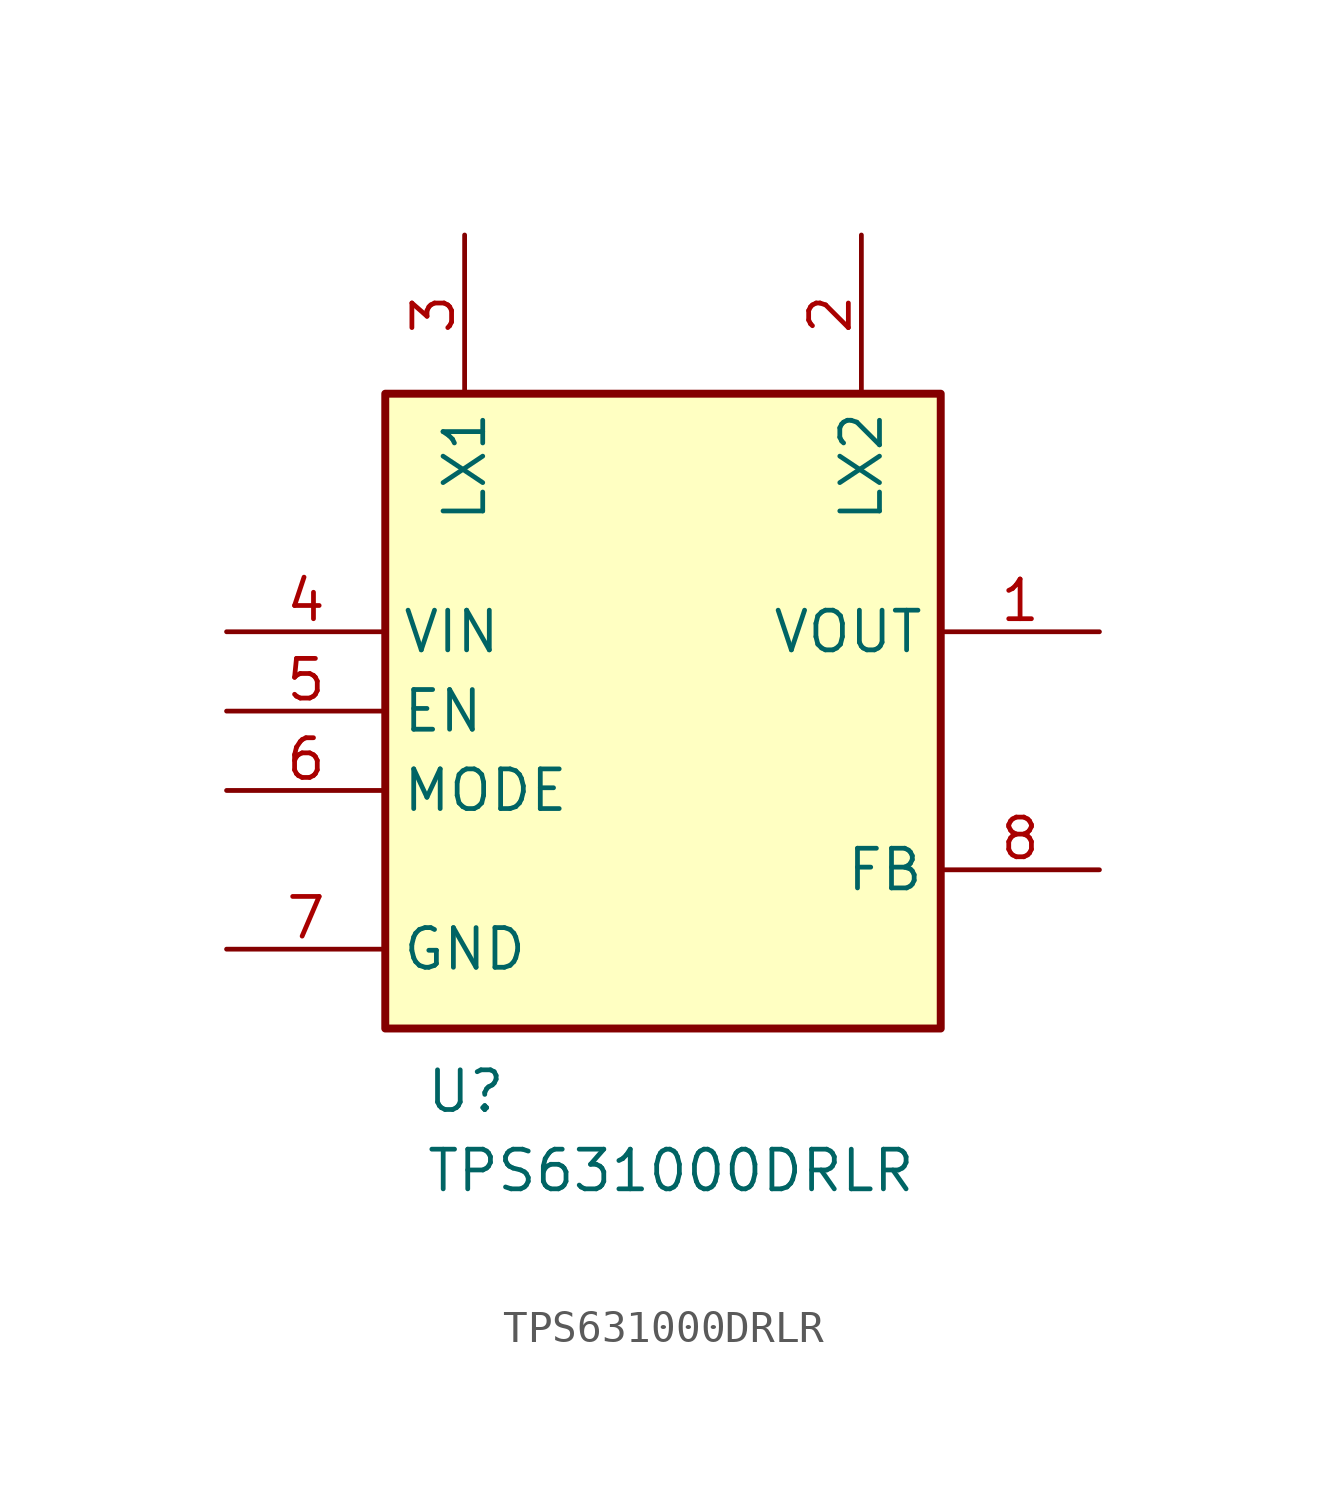
<source format=kicad_sym>
(kicad_symbol_lib
  (version 20220914)
  (generator kicad_symbol_editor)
  (symbol "TPS631000DRLR"
    (property "Reference" "U"
      (at 6.35 7.62 0)
      (effects (font (size 1.27 1.27)) (justify left top)))
    (property "Value" "TPS631000DRLR"
      (at 6.35 5.08 0)
      (effects (font (size 1.27 1.27)) (justify left top)))
    (symbol "TPS631000DRLR_1_1"
      (rectangle (start 5.08 29.21) (end 22.86 8.89) (stroke (width 0.254) (type default)) (fill (type background)))
      (pin passive line (at 27.94 21.59 180) (length 5.08) (name "VOUT" (effects (font (size 1.27 1.27)))) (number "1" (effects (font (size 1.27 1.27)))))
      (pin passive line (at 20.32 34.29 270) (length 5.08) (name "LX2" (effects (font (size 1.27 1.27)))) (number "2" (effects (font (size 1.27 1.27)))))
      (pin passive line (at 7.62 34.29 270) (length 5.08) (name "LX1" (effects (font (size 1.27 1.27)))) (number "3" (effects (font (size 1.27 1.27)))))
      (pin passive line (at 0 21.59 0) (length 5.08) (name "VIN" (effects (font (size 1.27 1.27)))) (number "4" (effects (font (size 1.27 1.27)))))
      (pin passive line (at 0 19.05 0) (length 5.08) (name "EN" (effects (font (size 1.27 1.27)))) (number "5" (effects (font (size 1.27 1.27)))))
      (pin passive line (at 0 16.51 0) (length 5.08) (name "MODE" (effects (font (size 1.27 1.27)))) (number "6" (effects (font (size 1.27 1.27)))))
      (pin passive line (at 0 11.43 0) (length 5.08) (name "GND" (effects (font (size 1.27 1.27)))) (number "7" (effects (font (size 1.27 1.27)))))
      (pin passive line (at 27.94 13.97 180) (length 5.08) (name "FB" (effects (font (size 1.27 1.27)))) (number "8" (effects (font (size 1.27 1.27))))))))
</source>
